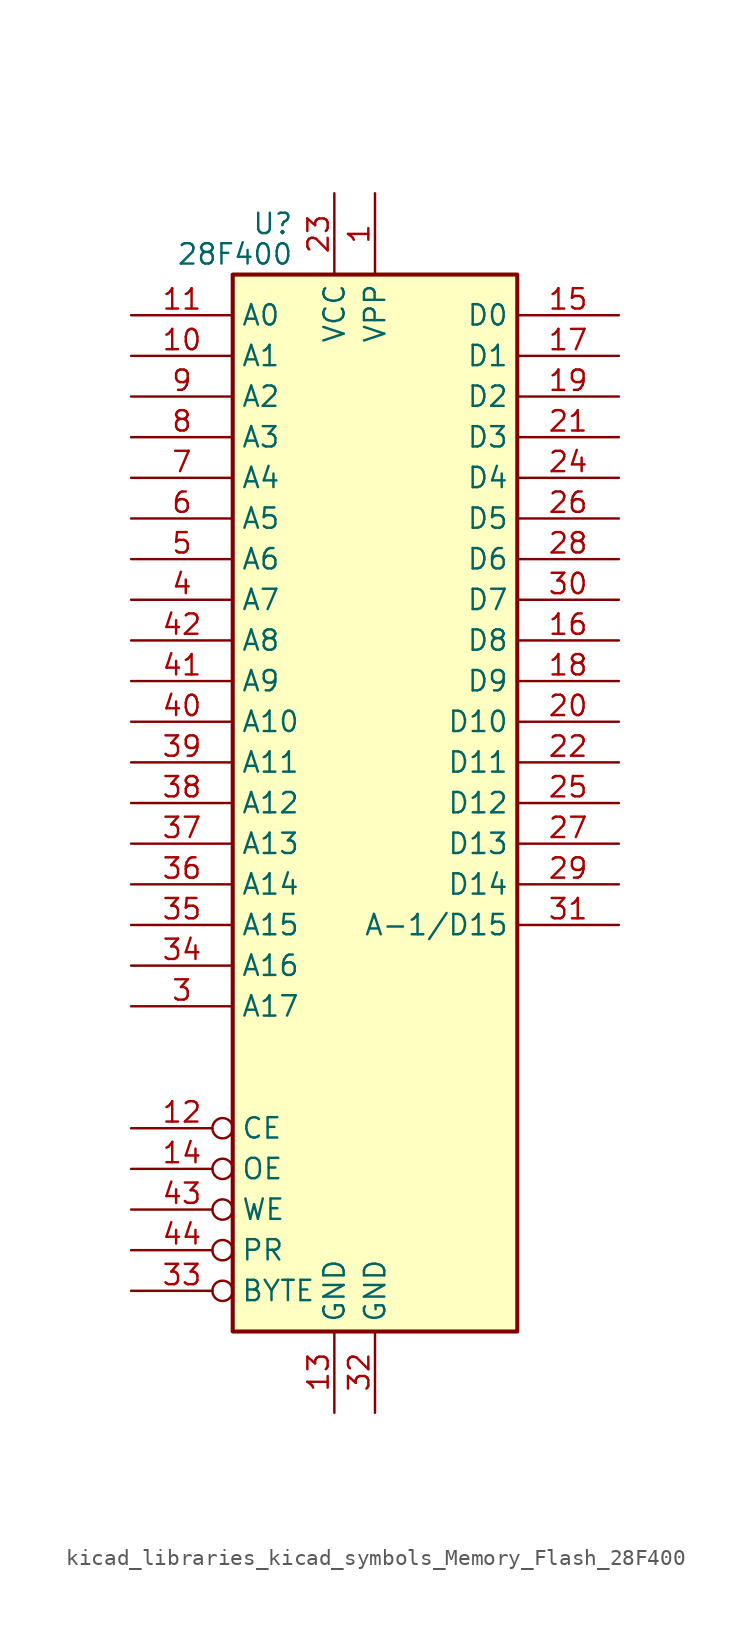
<source format=kicad_sym>
(kicad_symbol_lib
  (version 20220914)
  (generator kicad_symbol_editor)
  (symbol "kicad_libraries_kicad_symbols_Memory_Flash_28F400"
    (property "Reference" "U"
      (at -5.08 36.195 0)
      (effects (font (size 1.27 1.27)) (justify right)))
    (property "Value" "28F400"
      (at -5.08 34.29 0)
      (effects (font (size 1.27 1.27)) (justify right)))
    (symbol "kicad_libraries_kicad_symbols_Memory_Flash_28F400_0_1"
      (rectangle (start -8.89 33.02) (end 8.89 -33.02) (stroke (width 0.254) (type default)) (fill (type background))))
    (symbol "kicad_libraries_kicad_symbols_Memory_Flash_28F400_1_1"
      (pin power_in line (at 0 38.1 270) (length 5.08) (name "VPP" (effects (font (size 1.27 1.27)))) (number "1" (effects (font (size 1.27 1.27)))))
      (pin input line (at -15.24 27.94 0) (length 6.35) (name "A1" (effects (font (size 1.27 1.27)))) (number "10" (effects (font (size 1.27 1.27)))))
      (pin input line (at -15.24 30.48 0) (length 6.35) (name "A0" (effects (font (size 1.27 1.27)))) (number "11" (effects (font (size 1.27 1.27)))))
      (pin input inverted (at -15.24 -20.32 0) (length 6.35) (name "CE" (effects (font (size 1.27 1.27)))) (number "12" (effects (font (size 1.27 1.27)))))
      (pin power_in line (at -2.54 -38.1 90) (length 5.08) (name "GND" (effects (font (size 1.27 1.27)))) (number "13" (effects (font (size 1.27 1.27)))))
      (pin input inverted (at -15.24 -22.86 0) (length 6.35) (name "OE" (effects (font (size 1.27 1.27)))) (number "14" (effects (font (size 1.27 1.27)))))
      (pin tri_state line (at 15.24 30.48 180) (length 6.35) (name "D0" (effects (font (size 1.27 1.27)))) (number "15" (effects (font (size 1.27 1.27)))))
      (pin tri_state line (at 15.24 10.16 180) (length 6.35) (name "D8" (effects (font (size 1.27 1.27)))) (number "16" (effects (font (size 1.27 1.27)))))
      (pin tri_state line (at 15.24 27.94 180) (length 6.35) (name "D1" (effects (font (size 1.27 1.27)))) (number "17" (effects (font (size 1.27 1.27)))))
      (pin tri_state line (at 15.24 7.62 180) (length 6.35) (name "D9" (effects (font (size 1.27 1.27)))) (number "18" (effects (font (size 1.27 1.27)))))
      (pin tri_state line (at 15.24 25.4 180) (length 6.35) (name "D2" (effects (font (size 1.27 1.27)))) (number "19" (effects (font (size 1.27 1.27)))))
      (pin no_connect line (at 8.89 -30.48 180) (length 6.35) hide (name "DU" (effects (font (size 1.27 1.27)))) (number "2" (effects (font (size 1.27 1.27)))))
      (pin tri_state line (at 15.24 5.08 180) (length 6.35) (name "D10" (effects (font (size 1.27 1.27)))) (number "20" (effects (font (size 1.27 1.27)))))
      (pin tri_state line (at 15.24 22.86 180) (length 6.35) (name "D3" (effects (font (size 1.27 1.27)))) (number "21" (effects (font (size 1.27 1.27)))))
      (pin tri_state line (at 15.24 2.54 180) (length 6.35) (name "D11" (effects (font (size 1.27 1.27)))) (number "22" (effects (font (size 1.27 1.27)))))
      (pin power_in line (at -2.54 38.1 270) (length 5.08) (name "VCC" (effects (font (size 1.27 1.27)))) (number "23" (effects (font (size 1.27 1.27)))))
      (pin tri_state line (at 15.24 20.32 180) (length 6.35) (name "D4" (effects (font (size 1.27 1.27)))) (number "24" (effects (font (size 1.27 1.27)))))
      (pin tri_state line (at 15.24 0 180) (length 6.35) (name "D12" (effects (font (size 1.27 1.27)))) (number "25" (effects (font (size 1.27 1.27)))))
      (pin tri_state line (at 15.24 17.78 180) (length 6.35) (name "D5" (effects (font (size 1.27 1.27)))) (number "26" (effects (font (size 1.27 1.27)))))
      (pin tri_state line (at 15.24 -2.54 180) (length 6.35) (name "D13" (effects (font (size 1.27 1.27)))) (number "27" (effects (font (size 1.27 1.27)))))
      (pin tri_state line (at 15.24 15.24 180) (length 6.35) (name "D6" (effects (font (size 1.27 1.27)))) (number "28" (effects (font (size 1.27 1.27)))))
      (pin tri_state line (at 15.24 -5.08 180) (length 6.35) (name "D14" (effects (font (size 1.27 1.27)))) (number "29" (effects (font (size 1.27 1.27)))))
      (pin input line (at -15.24 -12.7 0) (length 6.35) (name "A17" (effects (font (size 1.27 1.27)))) (number "3" (effects (font (size 1.27 1.27)))))
      (pin tri_state line (at 15.24 12.7 180) (length 6.35) (name "D7" (effects (font (size 1.27 1.27)))) (number "30" (effects (font (size 1.27 1.27)))))
      (pin tri_state line (at 15.24 -7.62 180) (length 6.35) (name "A-1/D15" (effects (font (size 1.27 1.27)))) (number "31" (effects (font (size 1.27 1.27)))))
      (pin power_in line (at 0 -38.1 90) (length 5.08) (name "GND" (effects (font (size 1.27 1.27)))) (number "32" (effects (font (size 1.27 1.27)))))
      (pin input inverted (at -15.24 -30.48 0) (length 6.35) (name "BYTE" (effects (font (size 1.27 1.27)))) (number "33" (effects (font (size 1.27 1.27)))))
      (pin input line (at -15.24 -10.16 0) (length 6.35) (name "A16" (effects (font (size 1.27 1.27)))) (number "34" (effects (font (size 1.27 1.27)))))
      (pin input line (at -15.24 -7.62 0) (length 6.35) (name "A15" (effects (font (size 1.27 1.27)))) (number "35" (effects (font (size 1.27 1.27)))))
      (pin input line (at -15.24 -5.08 0) (length 6.35) (name "A14" (effects (font (size 1.27 1.27)))) (number "36" (effects (font (size 1.27 1.27)))))
      (pin input line (at -15.24 -2.54 0) (length 6.35) (name "A13" (effects (font (size 1.27 1.27)))) (number "37" (effects (font (size 1.27 1.27)))))
      (pin input line (at -15.24 0 0) (length 6.35) (name "A12" (effects (font (size 1.27 1.27)))) (number "38" (effects (font (size 1.27 1.27)))))
      (pin input line (at -15.24 2.54 0) (length 6.35) (name "A11" (effects (font (size 1.27 1.27)))) (number "39" (effects (font (size 1.27 1.27)))))
      (pin input line (at -15.24 12.7 0) (length 6.35) (name "A7" (effects (font (size 1.27 1.27)))) (number "4" (effects (font (size 1.27 1.27)))))
      (pin input line (at -15.24 5.08 0) (length 6.35) (name "A10" (effects (font (size 1.27 1.27)))) (number "40" (effects (font (size 1.27 1.27)))))
      (pin input line (at -15.24 7.62 0) (length 6.35) (name "A9" (effects (font (size 1.27 1.27)))) (number "41" (effects (font (size 1.27 1.27)))))
      (pin input line (at -15.24 10.16 0) (length 6.35) (name "A8" (effects (font (size 1.27 1.27)))) (number "42" (effects (font (size 1.27 1.27)))))
      (pin input inverted (at -15.24 -25.4 0) (length 6.35) (name "WE" (effects (font (size 1.27 1.27)))) (number "43" (effects (font (size 1.27 1.27)))))
      (pin input inverted (at -15.24 -27.94 0) (length 6.35) (name "PR" (effects (font (size 1.27 1.27)))) (number "44" (effects (font (size 1.27 1.27)))))
      (pin input line (at -15.24 15.24 0) (length 6.35) (name "A6" (effects (font (size 1.27 1.27)))) (number "5" (effects (font (size 1.27 1.27)))))
      (pin input line (at -15.24 17.78 0) (length 6.35) (name "A5" (effects (font (size 1.27 1.27)))) (number "6" (effects (font (size 1.27 1.27)))))
      (pin input line (at -15.24 20.32 0) (length 6.35) (name "A4" (effects (font (size 1.27 1.27)))) (number "7" (effects (font (size 1.27 1.27)))))
      (pin input line (at -15.24 22.86 0) (length 6.35) (name "A3" (effects (font (size 1.27 1.27)))) (number "8" (effects (font (size 1.27 1.27)))))
      (pin input line (at -15.24 25.4 0) (length 6.35) (name "A2" (effects (font (size 1.27 1.27)))) (number "9" (effects (font (size 1.27 1.27))))))))
</source>
